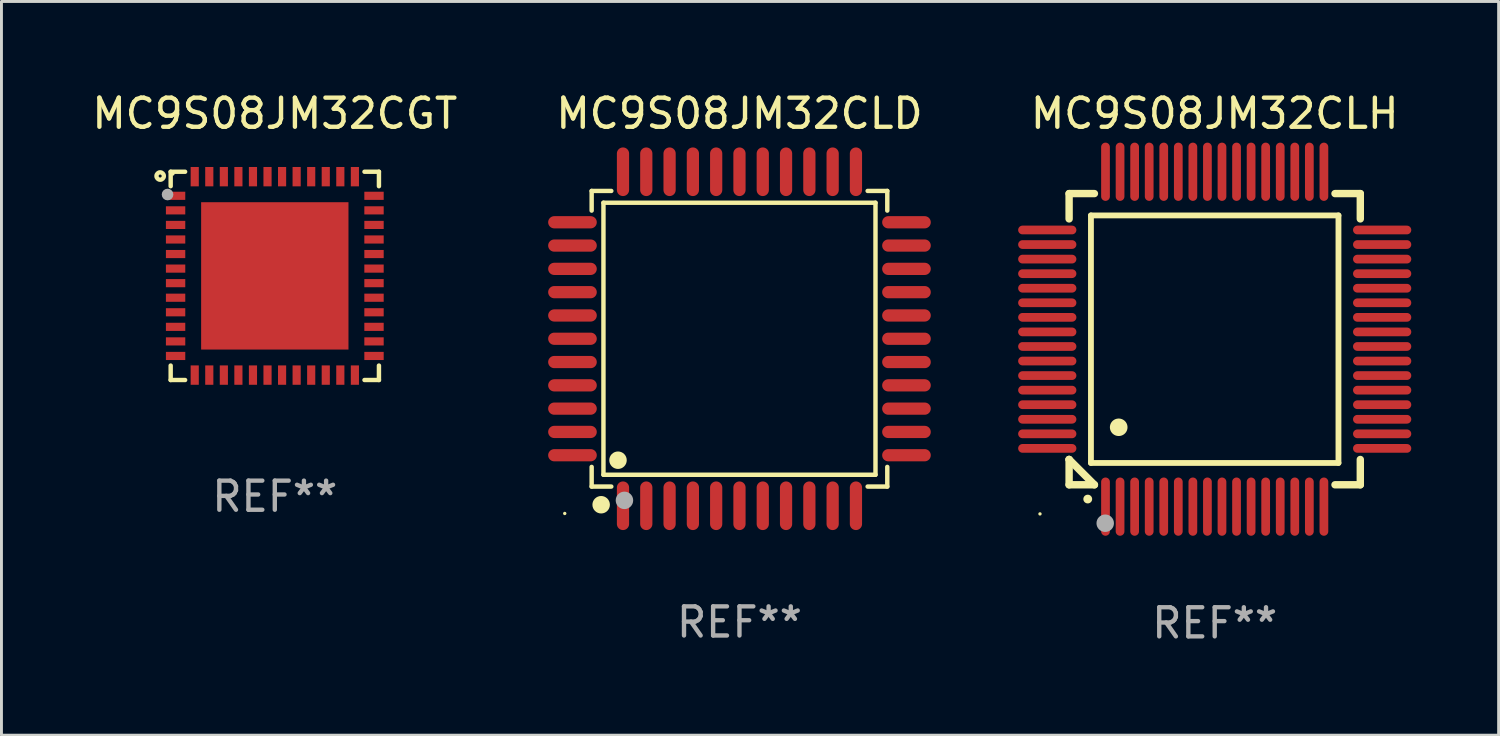
<source format=kicad_pcb>
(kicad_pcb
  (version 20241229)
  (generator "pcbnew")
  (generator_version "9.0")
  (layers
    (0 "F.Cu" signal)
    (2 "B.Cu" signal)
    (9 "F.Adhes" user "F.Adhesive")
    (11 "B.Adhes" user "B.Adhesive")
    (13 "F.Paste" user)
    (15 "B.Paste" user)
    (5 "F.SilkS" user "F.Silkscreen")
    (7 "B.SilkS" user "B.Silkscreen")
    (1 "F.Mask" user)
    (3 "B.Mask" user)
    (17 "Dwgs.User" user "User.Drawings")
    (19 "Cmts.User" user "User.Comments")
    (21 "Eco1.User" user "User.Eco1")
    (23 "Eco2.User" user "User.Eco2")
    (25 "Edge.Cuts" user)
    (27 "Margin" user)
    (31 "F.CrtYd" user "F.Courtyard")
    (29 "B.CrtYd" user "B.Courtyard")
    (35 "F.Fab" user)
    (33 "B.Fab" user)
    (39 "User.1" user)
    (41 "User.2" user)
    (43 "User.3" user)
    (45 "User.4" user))
  (footprint "MC9S08JM32CLH"
    (layer "F.Cu")
    (at 38.664 8.598)
    (property "Reference" "MC9S08JM32CLH" (at 0 -7.75 0) (layer "F.SilkS") (effects (font (size 1 1) (thickness 0.15))))
    (attr through_hole)
    (fp_line (start -5 -5) (end -4.131 -5) (stroke (width 0.254) (type solid)) (layer "F.SilkS"))
    (fp_line (start -5 -4.131) (end -5 -5) (stroke (width 0.254) (type solid)) (layer "F.SilkS"))
    (fp_line (start -5 4.131) (end -5 4.131) (stroke (width 0.254) (type solid)) (layer "F.SilkS"))
    (fp_line (start -5 5) (end -5 4.131) (stroke (width 0.254) (type solid)) (layer "F.SilkS"))
    (fp_line (start -5 4.131) (end -4.131 5) (stroke (width 0.254) (type solid)) (layer "F.SilkS"))
    (fp_line (start -4.25 -4.25) (end -4.25 4.25) (stroke (width 0.2) (type solid)) (layer "F.SilkS"))
    (fp_line (start -4.25 4.25) (end 4.25 4.25) (stroke (width 0.2) (type solid)) (layer "F.SilkS"))
    (fp_line (start -4.131 5) (end -5 5) (stroke (width 0.254) (type solid)) (layer "F.SilkS"))
    (fp_line (start 4.25 -4.25) (end -4.25 -4.25) (stroke (width 0.2) (type solid)) (layer "F.SilkS"))
    (fp_line (start 4.25 4.25) (end 4.25 -4.25) (stroke (width 0.2) (type solid)) (layer "F.SilkS"))
    (fp_line (start 5 -5) (end 4.131 -5) (stroke (width 0.254) (type solid)) (layer "F.SilkS"))
    (fp_line (start 5 -5) (end 5 -4.131) (stroke (width 0.254) (type solid)) (layer "F.SilkS"))
    (fp_line (start 5 4.131) (end 5 5) (stroke (width 0.254) (type solid)) (layer "F.SilkS"))
    (fp_line (start 5 5) (end 4.131 5) (stroke (width 0.254) (type solid)) (layer "F.SilkS"))
    (fp_arc (start -4.361265 5.489992) (mid -4.359995 5.489987) (end -4.358725 5.489992) (stroke (width 0.3) (type solid)) (layer "F.SilkS"))
    (fp_arc (start -3.299467 3.025146) (mid -3.296927 3.025135) (end -3.294387 3.025146) (stroke (width 0.6) (type solid)) (layer "F.SilkS"))
    (fp_circle (center -6 6) (end -5.97 6) (stroke (width 0.06) (type solid)) (fill no) (layer "F.SilkS"))
    (fp_circle (center -3.76 6.32) (end -3.61 6.32) (stroke (width 0.3) (type solid)) (fill no) (layer "F.Fab"))
    (fp_text user "REF**" (at 0 9.75 0) (layer "F.Fab") (effects (font (size 1 1) (thickness 0.15))))
    (pad "1" smd oval (at -3.75 5.75) (size 0.3 2) (layers "F.Cu" "F.Mask" "F.Paste"))
    (pad "2" smd oval (at -3.25 5.75) (size 0.3 2) (layers "F.Cu" "F.Mask" "F.Paste"))
    (pad "3" smd oval (at -2.75 5.75) (size 0.3 2) (layers "F.Cu" "F.Mask" "F.Paste"))
    (pad "4" smd oval (at -2.25 5.75) (size 0.3 2) (layers "F.Cu" "F.Mask" "F.Paste"))
    (pad "5" smd oval (at -1.75 5.75) (size 0.3 2) (layers "F.Cu" "F.Mask" "F.Paste"))
    (pad "6" smd oval (at -1.25 5.75) (size 0.3 2) (layers "F.Cu" "F.Mask" "F.Paste"))
    (pad "7" smd oval (at -0.75 5.75) (size 0.3 2) (layers "F.Cu" "F.Mask" "F.Paste"))
    (pad "8" smd oval (at -0.25 5.75) (size 0.3 2) (layers "F.Cu" "F.Mask" "F.Paste"))
    (pad "9" smd oval (at 0.25 5.75) (size 0.3 2) (layers "F.Cu" "F.Mask" "F.Paste"))
    (pad "10" smd oval (at 0.75 5.75) (size 0.3 2) (layers "F.Cu" "F.Mask" "F.Paste"))
    (pad "11" smd oval (at 1.25 5.75) (size 0.3 2) (layers "F.Cu" "F.Mask" "F.Paste"))
    (pad "12" smd oval (at 1.75 5.75) (size 0.3 2) (layers "F.Cu" "F.Mask" "F.Paste"))
    (pad "13" smd oval (at 2.25 5.75) (size 0.3 2) (layers "F.Cu" "F.Mask" "F.Paste"))
    (pad "14" smd oval (at 2.75 5.75) (size 0.3 2) (layers "F.Cu" "F.Mask" "F.Paste"))
    (pad "15" smd oval (at 3.25 5.75) (size 0.3 2) (layers "F.Cu" "F.Mask" "F.Paste"))
    (pad "16" smd oval (at 3.75 5.75) (size 0.3 2) (layers "F.Cu" "F.Mask" "F.Paste"))
    (pad "17" smd oval (at 5.75 3.75) (size 2 0.3) (layers "F.Cu" "F.Mask" "F.Paste"))
    (pad "18" smd oval (at 5.75 3.25) (size 2 0.3) (layers "F.Cu" "F.Mask" "F.Paste"))
    (pad "19" smd oval (at 5.75 2.75) (size 2 0.3) (layers "F.Cu" "F.Mask" "F.Paste"))
    (pad "20" smd oval (at 5.75 2.25) (size 2 0.3) (layers "F.Cu" "F.Mask" "F.Paste"))
    (pad "21" smd oval (at 5.75 1.75) (size 2 0.3) (layers "F.Cu" "F.Mask" "F.Paste"))
    (pad "22" smd oval (at 5.75 1.25) (size 2 0.3) (layers "F.Cu" "F.Mask" "F.Paste"))
    (pad "23" smd oval (at 5.75 0.75) (size 2 0.3) (layers "F.Cu" "F.Mask" "F.Paste"))
    (pad "24" smd oval (at 5.75 0.25) (size 2 0.3) (layers "F.Cu" "F.Mask" "F.Paste"))
    (pad "25" smd oval (at 5.75 -0.25) (size 2 0.3) (layers "F.Cu" "F.Mask" "F.Paste"))
    (pad "26" smd oval (at 5.75 -0.75) (size 2 0.3) (layers "F.Cu" "F.Mask" "F.Paste"))
    (pad "27" smd oval (at 5.75 -1.25) (size 2 0.3) (layers "F.Cu" "F.Mask" "F.Paste"))
    (pad "28" smd oval (at 5.75 -1.75) (size 2 0.3) (layers "F.Cu" "F.Mask" "F.Paste"))
    (pad "29" smd oval (at 5.75 -2.25) (size 2 0.3) (layers "F.Cu" "F.Mask" "F.Paste"))
    (pad "30" smd oval (at 5.75 -2.75) (size 2 0.3) (layers "F.Cu" "F.Mask" "F.Paste"))
    (pad "31" smd oval (at 5.75 -3.25) (size 2 0.3) (layers "F.Cu" "F.Mask" "F.Paste"))
    (pad "32" smd oval (at 5.75 -3.75) (size 2 0.3) (layers "F.Cu" "F.Mask" "F.Paste"))
    (pad "33" smd oval (at 3.75 -5.75) (size 0.3 2) (layers "F.Cu" "F.Mask" "F.Paste"))
    (pad "34" smd oval (at 3.25 -5.75) (size 0.3 2) (layers "F.Cu" "F.Mask" "F.Paste"))
    (pad "35" smd oval (at 2.75 -5.75) (size 0.3 2) (layers "F.Cu" "F.Mask" "F.Paste"))
    (pad "36" smd oval (at 2.25 -5.75) (size 0.3 2) (layers "F.Cu" "F.Mask" "F.Paste"))
    (pad "37" smd oval (at 1.75 -5.75) (size 0.3 2) (layers "F.Cu" "F.Mask" "F.Paste"))
    (pad "38" smd oval (at 1.25 -5.75) (size 0.3 2) (layers "F.Cu" "F.Mask" "F.Paste"))
    (pad "39" smd oval (at 0.75 -5.75) (size 0.3 2) (layers "F.Cu" "F.Mask" "F.Paste"))
    (pad "40" smd oval (at 0.25 -5.75) (size 0.3 2) (layers "F.Cu" "F.Mask" "F.Paste"))
    (pad "41" smd oval (at -0.25 -5.75) (size 0.3 2) (layers "F.Cu" "F.Mask" "F.Paste"))
    (pad "42" smd oval (at -0.75 -5.75) (size 0.3 2) (layers "F.Cu" "F.Mask" "F.Paste"))
    (pad "43" smd oval (at -1.25 -5.75) (size 0.3 2) (layers "F.Cu" "F.Mask" "F.Paste"))
    (pad "44" smd oval (at -1.75 -5.75) (size 0.3 2) (layers "F.Cu" "F.Mask" "F.Paste"))
    (pad "45" smd oval (at -2.25 -5.75) (size 0.3 2) (layers "F.Cu" "F.Mask" "F.Paste"))
    (pad "46" smd oval (at -2.75 -5.75) (size 0.3 2) (layers "F.Cu" "F.Mask" "F.Paste"))
    (pad "47" smd oval (at -3.25 -5.75) (size 0.3 2) (layers "F.Cu" "F.Mask" "F.Paste"))
    (pad "48" smd oval (at -3.75 -5.75) (size 0.3 2) (layers "F.Cu" "F.Mask" "F.Paste"))
    (pad "49" smd oval (at -5.75 -3.75) (size 2 0.3) (layers "F.Cu" "F.Mask" "F.Paste"))
    (pad "50" smd oval (at -5.75 -3.25) (size 2 0.3) (layers "F.Cu" "F.Mask" "F.Paste"))
    (pad "51" smd oval (at -5.75 -2.75) (size 2 0.3) (layers "F.Cu" "F.Mask" "F.Paste"))
    (pad "52" smd oval (at -5.75 -2.25) (size 2 0.3) (layers "F.Cu" "F.Mask" "F.Paste"))
    (pad "53" smd oval (at -5.75 -1.75) (size 2 0.3) (layers "F.Cu" "F.Mask" "F.Paste"))
    (pad "54" smd oval (at -5.75 -1.25) (size 2 0.3) (layers "F.Cu" "F.Mask" "F.Paste"))
    (pad "55" smd oval (at -5.75 -0.75) (size 2 0.3) (layers "F.Cu" "F.Mask" "F.Paste"))
    (pad "56" smd oval (at -5.75 -0.25) (size 2 0.3) (layers "F.Cu" "F.Mask" "F.Paste"))
    (pad "57" smd oval (at -5.75 0.25) (size 2 0.3) (layers "F.Cu" "F.Mask" "F.Paste"))
    (pad "58" smd oval (at -5.75 0.75) (size 2 0.3) (layers "F.Cu" "F.Mask" "F.Paste"))
    (pad "59" smd oval (at -5.75 1.25) (size 2 0.3) (layers "F.Cu" "F.Mask" "F.Paste"))
    (pad "60" smd oval (at -5.75 1.75) (size 2 0.3) (layers "F.Cu" "F.Mask" "F.Paste"))
    (pad "61" smd oval (at -5.75 2.25) (size 2 0.3) (layers "F.Cu" "F.Mask" "F.Paste"))
    (pad "62" smd oval (at -5.75 2.75) (size 2 0.3) (layers "F.Cu" "F.Mask" "F.Paste"))
    (pad "63" smd oval (at -5.75 3.25) (size 2 0.3) (layers "F.Cu" "F.Mask" "F.Paste"))
    (pad "64" smd oval (at -5.75 3.75) (size 2 0.3) (layers "F.Cu" "F.Mask" "F.Paste")))
  (footprint "MC9S08JM32CGT"
    (layer "F.Cu")
    (at 6.387 6.424)
    (property "Reference" "MC9S08JM32CGT" (at 0 -5.576 0) (layer "F.SilkS") (effects (font (size 1 1) (thickness 0.15))))
    (attr through_hole)
    (fp_line (start -3.576 -3.576) (end -3.576 -3.08) (stroke (width 0.152) (type solid)) (layer "F.SilkS"))
    (fp_line (start -3.576 3.576) (end -3.576 3.08) (stroke (width 0.152) (type solid)) (layer "F.SilkS"))
    (fp_line (start -3.08 -3.576) (end -3.576 -3.576) (stroke (width 0.152) (type solid)) (layer "F.SilkS"))
    (fp_line (start -3.08 3.576) (end -3.576 3.576) (stroke (width 0.152) (type solid)) (layer "F.SilkS"))
    (fp_line (start 3.08 -3.576) (end 3.576 -3.576) (stroke (width 0.152) (type solid)) (layer "F.SilkS"))
    (fp_line (start 3.08 3.576) (end 3.576 3.576) (stroke (width 0.152) (type solid)) (layer "F.SilkS"))
    (fp_line (start 3.576 -3.576) (end 3.576 -3.08) (stroke (width 0.152) (type solid)) (layer "F.SilkS"))
    (fp_line (start 3.576 3.576) (end 3.576 3.08) (stroke (width 0.152) (type solid)) (layer "F.SilkS"))
    (fp_circle (center -3.937 -3.429) (end -3.81 -3.429) (stroke (width 0.15) (type solid)) (fill no) (layer "F.SilkS"))
    (fp_circle (center -3.5 -3.5) (end -3.47 -3.5) (stroke (width 0.06) (type solid)) (fill no) (layer "F.SilkS"))
    (fp_circle (center -3.683 -2.794) (end -3.583 -2.794) (stroke (width 0.2) (type solid)) (fill no) (layer "F.Fab"))
    (fp_text user "REF**" (at 0 7.576 0) (layer "F.Fab") (effects (font (size 1 1) (thickness 0.15))))
    (pad "1" smd rect (at -3.407 -2.75) (size 0.665 0.28) (layers "F.Cu" "F.Mask" "F.Paste"))
    (pad "2" smd rect (at -3.407 -2.25) (size 0.665 0.28) (layers "F.Cu" "F.Mask" "F.Paste"))
    (pad "3" smd rect (at -3.407 -1.75) (size 0.665 0.28) (layers "F.Cu" "F.Mask" "F.Paste"))
    (pad "4" smd rect (at -3.407 -1.25) (size 0.665 0.28) (layers "F.Cu" "F.Mask" "F.Paste"))
    (pad "5" smd rect (at -3.407 -0.75) (size 0.665 0.28) (layers "F.Cu" "F.Mask" "F.Paste"))
    (pad "6" smd rect (at -3.407 -0.25) (size 0.665 0.28) (layers "F.Cu" "F.Mask" "F.Paste"))
    (pad "7" smd rect (at -3.407 0.25) (size 0.665 0.28) (layers "F.Cu" "F.Mask" "F.Paste"))
    (pad "8" smd rect (at -3.407 0.75) (size 0.665 0.28) (layers "F.Cu" "F.Mask" "F.Paste"))
    (pad "9" smd rect (at -3.407 1.25) (size 0.665 0.28) (layers "F.Cu" "F.Mask" "F.Paste"))
    (pad "10" smd rect (at -3.407 1.75) (size 0.665 0.28) (layers "F.Cu" "F.Mask" "F.Paste"))
    (pad "11" smd rect (at -3.407 2.25) (size 0.665 0.28) (layers "F.Cu" "F.Mask" "F.Paste"))
    (pad "12" smd rect (at -3.407 2.75) (size 0.665 0.28) (layers "F.Cu" "F.Mask" "F.Paste"))
    (pad "13" smd rect (at -2.75 3.407) (size 0.28 0.665) (layers "F.Cu" "F.Mask" "F.Paste"))
    (pad "14" smd rect (at -2.25 3.407) (size 0.28 0.665) (layers "F.Cu" "F.Mask" "F.Paste"))
    (pad "15" smd rect (at -1.75 3.407) (size 0.28 0.665) (layers "F.Cu" "F.Mask" "F.Paste"))
    (pad "16" smd rect (at -1.25 3.407) (size 0.28 0.665) (layers "F.Cu" "F.Mask" "F.Paste"))
    (pad "17" smd rect (at -0.75 3.407) (size 0.28 0.665) (layers "F.Cu" "F.Mask" "F.Paste"))
    (pad "18" smd rect (at -0.25 3.407) (size 0.28 0.665) (layers "F.Cu" "F.Mask" "F.Paste"))
    (pad "19" smd rect (at 0.25 3.407) (size 0.28 0.665) (layers "F.Cu" "F.Mask" "F.Paste"))
    (pad "20" smd rect (at 0.75 3.407) (size 0.28 0.665) (layers "F.Cu" "F.Mask" "F.Paste"))
    (pad "21" smd rect (at 1.25 3.407) (size 0.28 0.665) (layers "F.Cu" "F.Mask" "F.Paste"))
    (pad "22" smd rect (at 1.75 3.407) (size 0.28 0.665) (layers "F.Cu" "F.Mask" "F.Paste"))
    (pad "23" smd rect (at 2.25 3.407) (size 0.28 0.665) (layers "F.Cu" "F.Mask" "F.Paste"))
    (pad "24" smd rect (at 2.75 3.407) (size 0.28 0.665) (layers "F.Cu" "F.Mask" "F.Paste"))
    (pad "25" smd rect (at 3.407 2.75) (size 0.665 0.28) (layers "F.Cu" "F.Mask" "F.Paste"))
    (pad "26" smd rect (at 3.407 2.25) (size 0.665 0.28) (layers "F.Cu" "F.Mask" "F.Paste"))
    (pad "27" smd rect (at 3.407 1.75) (size 0.665 0.28) (layers "F.Cu" "F.Mask" "F.Paste"))
    (pad "28" smd rect (at 3.407 1.25) (size 0.665 0.28) (layers "F.Cu" "F.Mask" "F.Paste"))
    (pad "29" smd rect (at 3.407 0.75) (size 0.665 0.28) (layers "F.Cu" "F.Mask" "F.Paste"))
    (pad "30" smd rect (at 3.407 0.25) (size 0.665 0.28) (layers "F.Cu" "F.Mask" "F.Paste"))
    (pad "31" smd rect (at 3.407 -0.25) (size 0.665 0.28) (layers "F.Cu" "F.Mask" "F.Paste"))
    (pad "32" smd rect (at 3.407 -0.75) (size 0.665 0.28) (layers "F.Cu" "F.Mask" "F.Paste"))
    (pad "33" smd rect (at 3.407 -1.25) (size 0.665 0.28) (layers "F.Cu" "F.Mask" "F.Paste"))
    (pad "34" smd rect (at 3.407 -1.75) (size 0.665 0.28) (layers "F.Cu" "F.Mask" "F.Paste"))
    (pad "35" smd rect (at 3.407 -2.25) (size 0.665 0.28) (layers "F.Cu" "F.Mask" "F.Paste"))
    (pad "36" smd rect (at 3.407 -2.75) (size 0.665 0.28) (layers "F.Cu" "F.Mask" "F.Paste"))
    (pad "37" smd rect (at 2.75 -3.407) (size 0.28 0.665) (layers "F.Cu" "F.Mask" "F.Paste"))
    (pad "38" smd rect (at 2.25 -3.407) (size 0.28 0.665) (layers "F.Cu" "F.Mask" "F.Paste"))
    (pad "39" smd rect (at 1.75 -3.407) (size 0.28 0.665) (layers "F.Cu" "F.Mask" "F.Paste"))
    (pad "40" smd rect (at 1.25 -3.407) (size 0.28 0.665) (layers "F.Cu" "F.Mask" "F.Paste"))
    (pad "41" smd rect (at 0.75 -3.407) (size 0.28 0.665) (layers "F.Cu" "F.Mask" "F.Paste"))
    (pad "42" smd rect (at 0.25 -3.407) (size 0.28 0.665) (layers "F.Cu" "F.Mask" "F.Paste"))
    (pad "43" smd rect (at -0.25 -3.407) (size 0.28 0.665) (layers "F.Cu" "F.Mask" "F.Paste"))
    (pad "44" smd rect (at -0.75 -3.407) (size 0.28 0.665) (layers "F.Cu" "F.Mask" "F.Paste"))
    (pad "45" smd rect (at -1.25 -3.407) (size 0.28 0.665) (layers "F.Cu" "F.Mask" "F.Paste"))
    (pad "46" smd rect (at -1.75 -3.407) (size 0.28 0.665) (layers "F.Cu" "F.Mask" "F.Paste"))
    (pad "47" smd rect (at -2.25 -3.407) (size 0.28 0.665) (layers "F.Cu" "F.Mask" "F.Paste"))
    (pad "48" smd rect (at -2.75 -3.407) (size 0.28 0.665) (layers "F.Cu" "F.Mask" "F.Paste"))
    (pad "49" smd rect (at 0 0) (size 5.06 5.06) (layers "F.Cu" "F.Mask" "F.Paste")))
  (footprint "MC9S08JM32CLD"
    (layer "F.Cu")
    (at 22.344 8.583)
    (property "Reference" "MC9S08JM32CLD" (at 0 -7.735 0) (layer "F.SilkS") (effects (font (size 1 1) (thickness 0.15))))
    (attr through_hole)
    (fp_line (start -5.076 -5.076) (end -4.401 -5.076) (stroke (width 0.152) (type solid)) (layer "F.SilkS"))
    (fp_line (start -5.076 -4.401) (end -5.076 -5.076) (stroke (width 0.152) (type solid)) (layer "F.SilkS"))
    (fp_line (start -5.076 4.401) (end -5.076 5.076) (stroke (width 0.152) (type solid)) (layer "F.SilkS"))
    (fp_line (start -5.076 5.076) (end -4.401 5.076) (stroke (width 0.152) (type solid)) (layer "F.SilkS"))
    (fp_line (start -4.671 -4.671) (end 4.671 -4.671) (stroke (width 0.152) (type solid)) (layer "F.SilkS"))
    (fp_line (start -4.671 4.671) (end -4.671 -4.671) (stroke (width 0.152) (type solid)) (layer "F.SilkS"))
    (fp_line (start 4.671 -4.671) (end 4.671 4.671) (stroke (width 0.152) (type solid)) (layer "F.SilkS"))
    (fp_line (start 4.671 4.671) (end -4.671 4.671) (stroke (width 0.152) (type solid)) (layer "F.SilkS"))
    (fp_line (start 5.076 -5.076) (end 4.401 -5.076) (stroke (width 0.152) (type solid)) (layer "F.SilkS"))
    (fp_line (start 5.076 -4.401) (end 5.076 -5.076) (stroke (width 0.152) (type solid)) (layer "F.SilkS"))
    (fp_line (start 5.076 4.401) (end 5.076 5.076) (stroke (width 0.152) (type solid)) (layer "F.SilkS"))
    (fp_line (start 5.076 5.076) (end 4.401 5.076) (stroke (width 0.152) (type solid)) (layer "F.SilkS"))
    (fp_circle (center -6 6) (end -5.97 6) (stroke (width 0.06) (type solid)) (fill no) (layer "F.SilkS"))
    (fp_circle (center -4.75 5.7) (end -4.6 5.7) (stroke (width 0.3) (type solid)) (fill no) (layer "F.SilkS"))
    (fp_circle (center -4.171 4.171) (end -4.021 4.171) (stroke (width 0.3) (type solid)) (fill no) (layer "F.SilkS"))
    (fp_circle (center -3.95 5.55) (end -3.8 5.55) (stroke (width 0.3) (type solid)) (fill no) (layer "F.Fab"))
    (fp_text user "REF**" (at 0 9.735 0) (layer "F.Fab") (effects (font (size 1 1) (thickness 0.15))))
    (pad "1" smd oval (at -4 5.735) (size 0.42 1.67) (layers "F.Cu" "F.Mask" "F.Paste"))
    (pad "2" smd oval (at -3.2 5.735) (size 0.42 1.67) (layers "F.Cu" "F.Mask" "F.Paste"))
    (pad "3" smd oval (at -2.4 5.735) (size 0.42 1.67) (layers "F.Cu" "F.Mask" "F.Paste"))
    (pad "4" smd oval (at -1.6 5.735) (size 0.42 1.67) (layers "F.Cu" "F.Mask" "F.Paste"))
    (pad "5" smd oval (at -0.8 5.735) (size 0.42 1.67) (layers "F.Cu" "F.Mask" "F.Paste"))
    (pad "6" smd oval (at 0 5.735) (size 0.42 1.67) (layers "F.Cu" "F.Mask" "F.Paste"))
    (pad "7" smd oval (at 0.8 5.735) (size 0.42 1.67) (layers "F.Cu" "F.Mask" "F.Paste"))
    (pad "8" smd oval (at 1.6 5.735) (size 0.42 1.67) (layers "F.Cu" "F.Mask" "F.Paste"))
    (pad "9" smd oval (at 2.4 5.735) (size 0.42 1.67) (layers "F.Cu" "F.Mask" "F.Paste"))
    (pad "10" smd oval (at 3.2 5.735) (size 0.42 1.67) (layers "F.Cu" "F.Mask" "F.Paste"))
    (pad "11" smd oval (at 4 5.735) (size 0.42 1.67) (layers "F.Cu" "F.Mask" "F.Paste"))
    (pad "12" smd oval (at 5.735 4) (size 1.67 0.42) (layers "F.Cu" "F.Mask" "F.Paste"))
    (pad "13" smd oval (at 5.735 3.2) (size 1.67 0.42) (layers "F.Cu" "F.Mask" "F.Paste"))
    (pad "14" smd oval (at 5.735 2.4) (size 1.67 0.42) (layers "F.Cu" "F.Mask" "F.Paste"))
    (pad "15" smd oval (at 5.735 1.6) (size 1.67 0.42) (layers "F.Cu" "F.Mask" "F.Paste"))
    (pad "16" smd oval (at 5.735 0.8) (size 1.67 0.42) (layers "F.Cu" "F.Mask" "F.Paste"))
    (pad "17" smd oval (at 5.735 0) (size 1.67 0.42) (layers "F.Cu" "F.Mask" "F.Paste"))
    (pad "18" smd oval (at 5.735 -0.8) (size 1.67 0.42) (layers "F.Cu" "F.Mask" "F.Paste"))
    (pad "19" smd oval (at 5.735 -1.6) (size 1.67 0.42) (layers "F.Cu" "F.Mask" "F.Paste"))
    (pad "20" smd oval (at 5.735 -2.4) (size 1.67 0.42) (layers "F.Cu" "F.Mask" "F.Paste"))
    (pad "21" smd oval (at 5.735 -3.2) (size 1.67 0.42) (layers "F.Cu" "F.Mask" "F.Paste"))
    (pad "22" smd oval (at 5.735 -4) (size 1.67 0.42) (layers "F.Cu" "F.Mask" "F.Paste"))
    (pad "23" smd oval (at 4 -5.735) (size 0.42 1.67) (layers "F.Cu" "F.Mask" "F.Paste"))
    (pad "24" smd oval (at 3.2 -5.735) (size 0.42 1.67) (layers "F.Cu" "F.Mask" "F.Paste"))
    (pad "25" smd oval (at 2.4 -5.735) (size 0.42 1.67) (layers "F.Cu" "F.Mask" "F.Paste"))
    (pad "26" smd oval (at 1.6 -5.735) (size 0.42 1.67) (layers "F.Cu" "F.Mask" "F.Paste"))
    (pad "27" smd oval (at 0.8 -5.735) (size 0.42 1.67) (layers "F.Cu" "F.Mask" "F.Paste"))
    (pad "28" smd oval (at 0 -5.735) (size 0.42 1.67) (layers "F.Cu" "F.Mask" "F.Paste"))
    (pad "29" smd oval (at -0.8 -5.735) (size 0.42 1.67) (layers "F.Cu" "F.Mask" "F.Paste"))
    (pad "30" smd oval (at -1.6 -5.735) (size 0.42 1.67) (layers "F.Cu" "F.Mask" "F.Paste"))
    (pad "31" smd oval (at -2.4 -5.735) (size 0.42 1.67) (layers "F.Cu" "F.Mask" "F.Paste"))
    (pad "32" smd oval (at -3.2 -5.735) (size 0.42 1.67) (layers "F.Cu" "F.Mask" "F.Paste"))
    (pad "33" smd oval (at -4 -5.735) (size 0.42 1.67) (layers "F.Cu" "F.Mask" "F.Paste"))
    (pad "34" smd oval (at -5.735 -4) (size 1.67 0.42) (layers "F.Cu" "F.Mask" "F.Paste"))
    (pad "35" smd oval (at -5.735 -3.2) (size 1.67 0.42) (layers "F.Cu" "F.Mask" "F.Paste"))
    (pad "36" smd oval (at -5.735 -2.4) (size 1.67 0.42) (layers "F.Cu" "F.Mask" "F.Paste"))
    (pad "37" smd oval (at -5.735 -1.6) (size 1.67 0.42) (layers "F.Cu" "F.Mask" "F.Paste"))
    (pad "38" smd oval (at -5.735 -0.8) (size 1.67 0.42) (layers "F.Cu" "F.Mask" "F.Paste"))
    (pad "39" smd oval (at -5.735 0) (size 1.67 0.42) (layers "F.Cu" "F.Mask" "F.Paste"))
    (pad "40" smd oval (at -5.735 0.8) (size 1.67 0.42) (layers "F.Cu" "F.Mask" "F.Paste"))
    (pad "41" smd oval (at -5.735 1.6) (size 1.67 0.42) (layers "F.Cu" "F.Mask" "F.Paste"))
    (pad "42" smd oval (at -5.735 2.4) (size 1.67 0.42) (layers "F.Cu" "F.Mask" "F.Paste"))
    (pad "43" smd oval (at -5.735 3.2) (size 1.67 0.42) (layers "F.Cu" "F.Mask" "F.Paste"))
    (pad "44" smd oval (at -5.735 4) (size 1.67 0.42) (layers "F.Cu" "F.Mask" "F.Paste")))
  (gr_rect
    (start -3 -3)
    (end 48.414 22.196)
    (stroke (width 0.1) (type default))
    (fill no)
    (layer "Edge.Cuts")))
</source>
